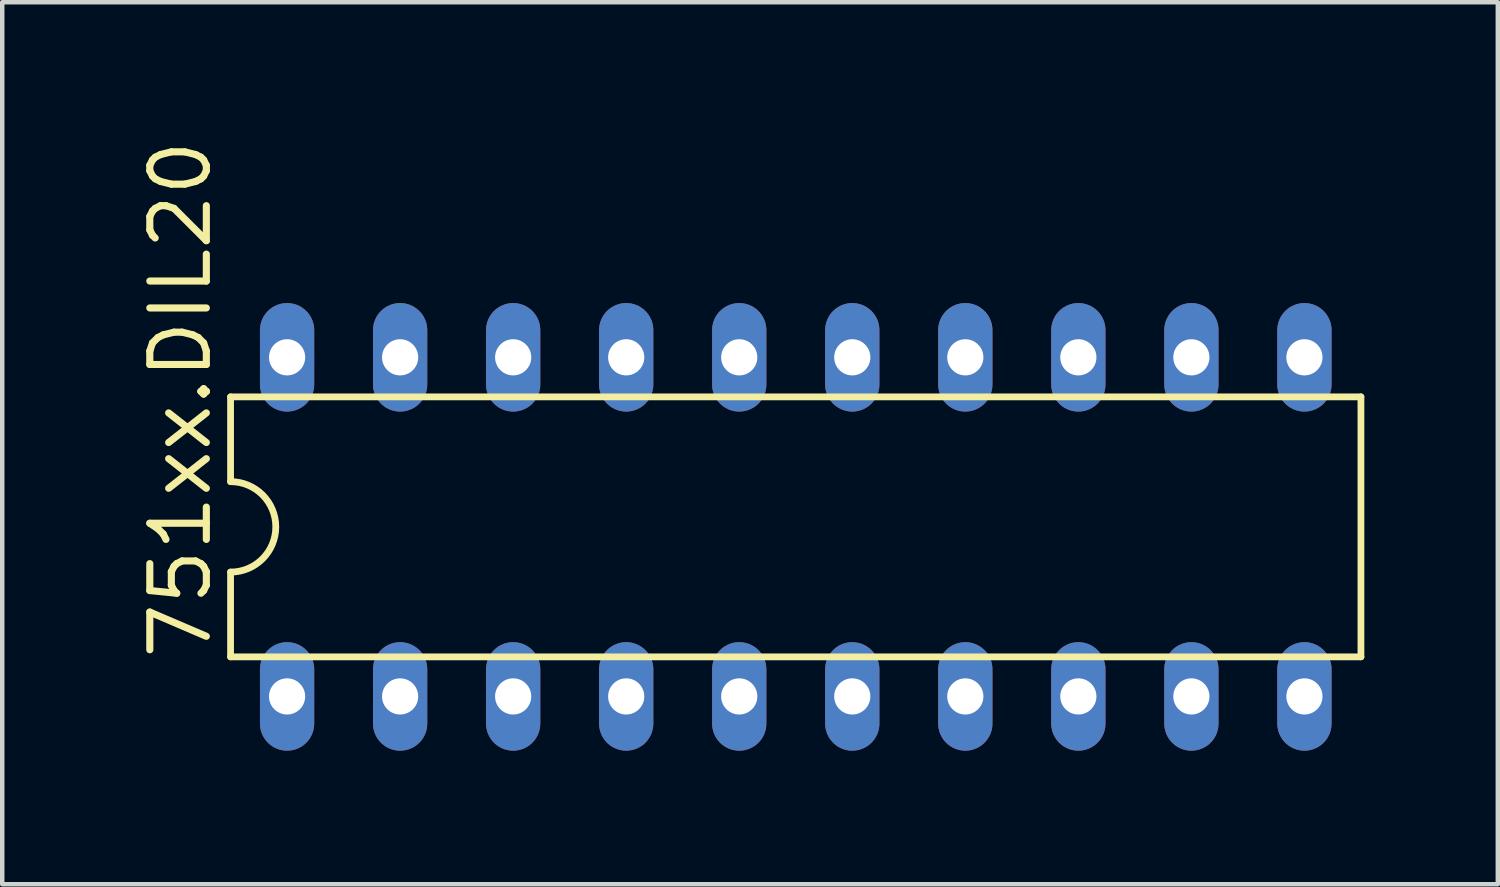
<source format=kicad_pcb>
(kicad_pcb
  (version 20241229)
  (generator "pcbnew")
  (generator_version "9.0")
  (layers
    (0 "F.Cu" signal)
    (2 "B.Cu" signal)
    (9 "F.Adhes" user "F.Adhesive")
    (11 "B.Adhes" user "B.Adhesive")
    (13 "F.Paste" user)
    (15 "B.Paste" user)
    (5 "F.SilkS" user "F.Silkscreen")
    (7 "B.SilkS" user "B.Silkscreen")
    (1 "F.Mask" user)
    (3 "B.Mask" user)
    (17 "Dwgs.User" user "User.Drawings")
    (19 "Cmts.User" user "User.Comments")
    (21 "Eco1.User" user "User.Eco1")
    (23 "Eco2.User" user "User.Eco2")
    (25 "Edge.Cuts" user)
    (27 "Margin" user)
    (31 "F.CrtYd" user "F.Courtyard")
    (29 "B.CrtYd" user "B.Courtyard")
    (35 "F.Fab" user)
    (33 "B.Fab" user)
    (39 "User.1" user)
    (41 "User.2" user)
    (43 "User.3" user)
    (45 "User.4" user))
  (footprint "751xx.DIL20"
    (layer "F.Cu")
    (at 14.831 8.789)
    (property "Reference" "751xx.DIL20" (at -13.081 3.048 90) (layer "F.SilkS") (effects (font (size 1.27 1.27) (thickness 0.16)) (justify left bottom)))
    (attr through_hole)
    (fp_line (start -12.7 -2.921) (end -12.7 -1.016) (stroke (width 0.152) (type default)) (layer "F.SilkS"))
    (fp_line (start -12.7 2.921) (end -12.7 1.016) (stroke (width 0.152) (type default)) (layer "F.SilkS"))
    (fp_line (start -12.7 2.921) (end 12.7 2.921) (stroke (width 0.152) (type default)) (layer "F.SilkS"))
    (fp_line (start 12.7 -2.921) (end -12.7 -2.921) (stroke (width 0.152) (type default)) (layer "F.SilkS"))
    (fp_line (start 12.7 -2.921) (end 12.7 2.921) (stroke (width 0.152) (type default)) (layer "F.SilkS"))
    (fp_arc (start -12.7 -1.016) (mid -11.684 0) (end -12.7 1.016) (stroke (width 0.1524) (type default)) (layer "F.SilkS"))
    (pad "1" thru_hole oval (at -11.43 3.81 90) (size 2.438 1.219) (drill 0.813) (layers "*.Cu" "*.Mask"))
    (pad "2" thru_hole oval (at -8.89 3.81 90) (size 2.438 1.219) (drill 0.813) (layers "*.Cu" "*.Mask"))
    (pad "3" thru_hole oval (at -6.35 3.81 90) (size 2.438 1.219) (drill 0.813) (layers "*.Cu" "*.Mask"))
    (pad "4" thru_hole oval (at -3.81 3.81 90) (size 2.438 1.219) (drill 0.813) (layers "*.Cu" "*.Mask"))
    (pad "5" thru_hole oval (at -1.27 3.81 90) (size 2.438 1.219) (drill 0.813) (layers "*.Cu" "*.Mask"))
    (pad "6" thru_hole oval (at 1.27 3.81 90) (size 2.438 1.219) (drill 0.813) (layers "*.Cu" "*.Mask"))
    (pad "7" thru_hole oval (at 3.81 3.81 90) (size 2.438 1.219) (drill 0.813) (layers "*.Cu" "*.Mask"))
    (pad "8" thru_hole oval (at 6.35 3.81 90) (size 2.438 1.219) (drill 0.813) (layers "*.Cu" "*.Mask"))
    (pad "9" thru_hole oval (at 8.89 3.81 90) (size 2.438 1.219) (drill 0.813) (layers "*.Cu" "*.Mask"))
    (pad "10" thru_hole oval (at 11.43 3.81 90) (size 2.438 1.219) (drill 0.813) (layers "*.Cu" "*.Mask"))
    (pad "11" thru_hole oval (at 11.43 -3.81 90) (size 2.438 1.219) (drill 0.813) (layers "*.Cu" "*.Mask"))
    (pad "12" thru_hole oval (at 8.89 -3.81 90) (size 2.438 1.219) (drill 0.813) (layers "*.Cu" "*.Mask"))
    (pad "13" thru_hole oval (at 6.35 -3.81 90) (size 2.438 1.219) (drill 0.813) (layers "*.Cu" "*.Mask"))
    (pad "14" thru_hole oval (at 3.81 -3.81 90) (size 2.438 1.219) (drill 0.813) (layers "*.Cu" "*.Mask"))
    (pad "15" thru_hole oval (at 1.27 -3.81 90) (size 2.438 1.219) (drill 0.813) (layers "*.Cu" "*.Mask"))
    (pad "16" thru_hole oval (at -1.27 -3.81 90) (size 2.438 1.219) (drill 0.813) (layers "*.Cu" "*.Mask"))
    (pad "17" thru_hole oval (at -3.81 -3.81 90) (size 2.438 1.219) (drill 0.813) (layers "*.Cu" "*.Mask"))
    (pad "18" thru_hole oval (at -6.35 -3.81 90) (size 2.438 1.219) (drill 0.813) (layers "*.Cu" "*.Mask"))
    (pad "19" thru_hole oval (at -8.89 -3.81 90) (size 2.438 1.219) (drill 0.813) (layers "*.Cu" "*.Mask"))
    (pad "20" thru_hole oval (at -11.43 -3.81 90) (size 2.438 1.219) (drill 0.813) (layers "*.Cu" "*.Mask")))
  (gr_rect
    (start -3 -3)
    (end 30.607 16.819)
    (stroke (width 0.1) (type default))
    (fill no)
    (layer "Edge.Cuts")))
</source>
